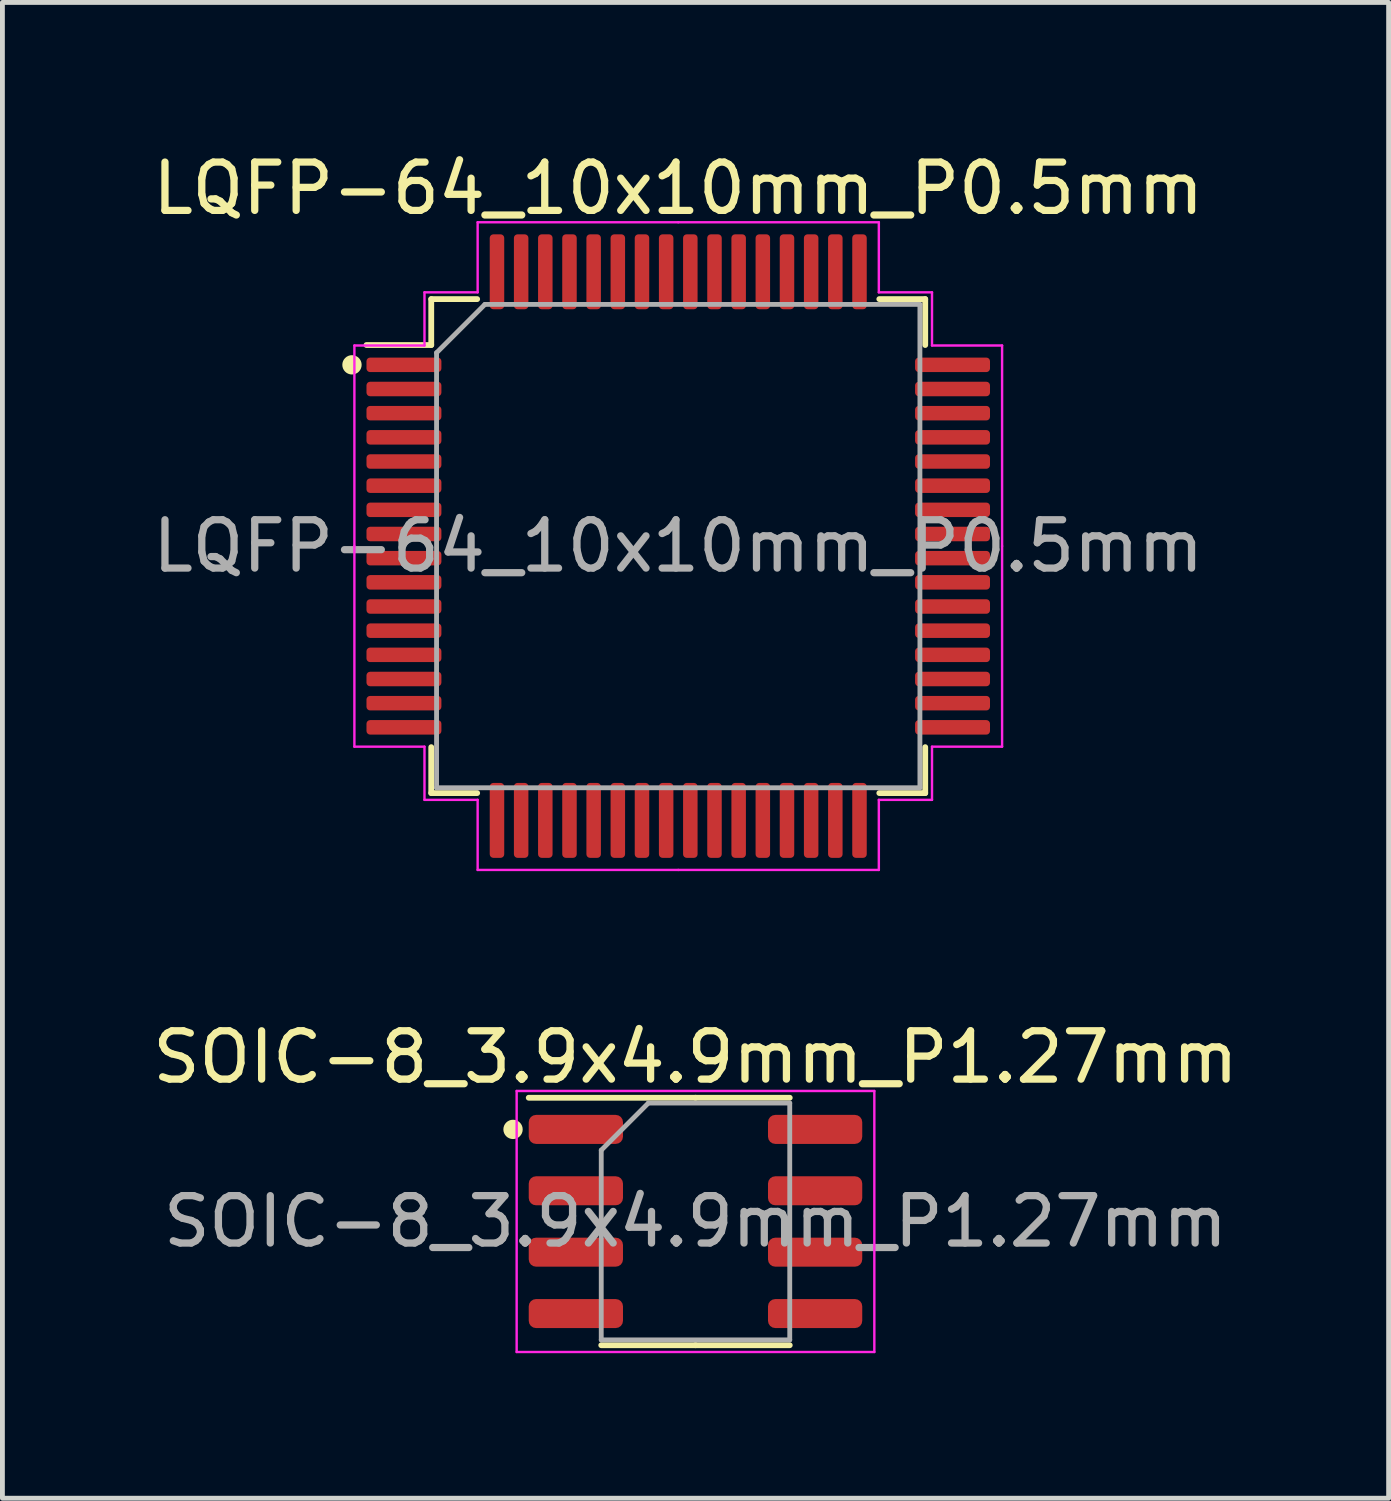
<source format=kicad_pcb>
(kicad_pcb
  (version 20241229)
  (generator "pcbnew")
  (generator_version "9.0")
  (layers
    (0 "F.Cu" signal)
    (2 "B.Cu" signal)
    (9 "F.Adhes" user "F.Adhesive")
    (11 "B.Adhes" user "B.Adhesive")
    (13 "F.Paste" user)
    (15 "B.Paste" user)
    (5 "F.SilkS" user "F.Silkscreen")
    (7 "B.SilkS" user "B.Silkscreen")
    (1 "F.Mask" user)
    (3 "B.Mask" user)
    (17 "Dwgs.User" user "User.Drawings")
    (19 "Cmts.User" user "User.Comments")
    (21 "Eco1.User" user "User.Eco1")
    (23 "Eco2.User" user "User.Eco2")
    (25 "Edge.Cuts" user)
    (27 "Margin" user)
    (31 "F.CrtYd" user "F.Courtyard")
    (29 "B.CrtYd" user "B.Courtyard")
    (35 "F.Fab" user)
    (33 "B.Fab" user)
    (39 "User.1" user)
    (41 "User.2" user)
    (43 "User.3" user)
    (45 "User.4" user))
  (footprint "LQFP-64_10x10mm_P0.5mm"
    (layer "F.Cu")
    (at 10.982 8.248)
    (property "Reference" "LQFP-64_10x10mm_P0.5mm" (at 0 -7.4 0) (layer "F.SilkS") (effects (font (size 1 1) (thickness 0.15))))
    (attr smd)
    (fp_line (start -5.11 -5.11) (end -5.11 -4.16) (stroke (width 0.12) (type solid)) (layer "F.SilkS"))
    (fp_line (start -5.11 -4.16) (end -6.45 -4.16) (stroke (width 0.12) (type solid)) (layer "F.SilkS"))
    (fp_line (start -5.11 5.11) (end -5.11 4.16) (stroke (width 0.12) (type solid)) (layer "F.SilkS"))
    (fp_line (start -4.16 -5.11) (end -5.11 -5.11) (stroke (width 0.12) (type solid)) (layer "F.SilkS"))
    (fp_line (start -4.16 5.11) (end -5.11 5.11) (stroke (width 0.12) (type solid)) (layer "F.SilkS"))
    (fp_line (start 4.16 -5.11) (end 5.11 -5.11) (stroke (width 0.12) (type solid)) (layer "F.SilkS"))
    (fp_line (start 4.16 5.11) (end 5.11 5.11) (stroke (width 0.12) (type solid)) (layer "F.SilkS"))
    (fp_line (start 5.11 -5.11) (end 5.11 -4.16) (stroke (width 0.12) (type solid)) (layer "F.SilkS"))
    (fp_line (start 5.11 5.11) (end 5.11 4.16) (stroke (width 0.12) (type solid)) (layer "F.SilkS"))
    (fp_circle (center -6.75 -3.75) (end -6.65 -3.75) (stroke (width 0.2) (type solid)) (fill no) (layer "F.SilkS"))
    (fp_line (start -6.7 -4.15) (end -6.7 0) (stroke (width 0.05) (type solid)) (layer "F.CrtYd"))
    (fp_line (start -6.7 4.15) (end -6.7 0) (stroke (width 0.05) (type solid)) (layer "F.CrtYd"))
    (fp_line (start -5.25 -5.25) (end -5.25 -4.15) (stroke (width 0.05) (type solid)) (layer "F.CrtYd"))
    (fp_line (start -5.25 -4.15) (end -6.7 -4.15) (stroke (width 0.05) (type solid)) (layer "F.CrtYd"))
    (fp_line (start -5.25 4.15) (end -6.7 4.15) (stroke (width 0.05) (type solid)) (layer "F.CrtYd"))
    (fp_line (start -5.25 5.25) (end -5.25 4.15) (stroke (width 0.05) (type solid)) (layer "F.CrtYd"))
    (fp_line (start -4.15 -6.7) (end -4.15 -5.25) (stroke (width 0.05) (type solid)) (layer "F.CrtYd"))
    (fp_line (start -4.15 -5.25) (end -5.25 -5.25) (stroke (width 0.05) (type solid)) (layer "F.CrtYd"))
    (fp_line (start -4.15 5.25) (end -5.25 5.25) (stroke (width 0.05) (type solid)) (layer "F.CrtYd"))
    (fp_line (start -4.15 6.7) (end -4.15 5.25) (stroke (width 0.05) (type solid)) (layer "F.CrtYd"))
    (fp_line (start 0 -6.7) (end -4.15 -6.7) (stroke (width 0.05) (type solid)) (layer "F.CrtYd"))
    (fp_line (start 0 -6.7) (end 4.15 -6.7) (stroke (width 0.05) (type solid)) (layer "F.CrtYd"))
    (fp_line (start 0 6.7) (end -4.15 6.7) (stroke (width 0.05) (type solid)) (layer "F.CrtYd"))
    (fp_line (start 0 6.7) (end 4.15 6.7) (stroke (width 0.05) (type solid)) (layer "F.CrtYd"))
    (fp_line (start 4.15 -6.7) (end 4.15 -5.25) (stroke (width 0.05) (type solid)) (layer "F.CrtYd"))
    (fp_line (start 4.15 -5.25) (end 5.25 -5.25) (stroke (width 0.05) (type solid)) (layer "F.CrtYd"))
    (fp_line (start 4.15 5.25) (end 5.25 5.25) (stroke (width 0.05) (type solid)) (layer "F.CrtYd"))
    (fp_line (start 4.15 6.7) (end 4.15 5.25) (stroke (width 0.05) (type solid)) (layer "F.CrtYd"))
    (fp_line (start 5.25 -5.25) (end 5.25 -4.15) (stroke (width 0.05) (type solid)) (layer "F.CrtYd"))
    (fp_line (start 5.25 -4.15) (end 6.7 -4.15) (stroke (width 0.05) (type solid)) (layer "F.CrtYd"))
    (fp_line (start 5.25 4.15) (end 6.7 4.15) (stroke (width 0.05) (type solid)) (layer "F.CrtYd"))
    (fp_line (start 5.25 5.25) (end 5.25 4.15) (stroke (width 0.05) (type solid)) (layer "F.CrtYd"))
    (fp_line (start 6.7 -4.15) (end 6.7 0) (stroke (width 0.05) (type solid)) (layer "F.CrtYd"))
    (fp_line (start 6.7 4.15) (end 6.7 0) (stroke (width 0.05) (type solid)) (layer "F.CrtYd"))
    (fp_line (start -5 -4) (end -4 -5) (stroke (width 0.1) (type solid)) (layer "F.Fab"))
    (fp_line (start -5 5) (end -5 -4) (stroke (width 0.1) (type solid)) (layer "F.Fab"))
    (fp_line (start -4 -5) (end 5 -5) (stroke (width 0.1) (type solid)) (layer "F.Fab"))
    (fp_line (start 5 -5) (end 5 5) (stroke (width 0.1) (type solid)) (layer "F.Fab"))
    (fp_line (start 5 5) (end -5 5) (stroke (width 0.1) (type solid)) (layer "F.Fab"))
    (fp_text user "${REFERENCE}" (at 0 0 0) (layer "F.Fab") (effects (font (size 1 1) (thickness 0.15))))
    (pad "1" smd roundrect (at -5.675 -3.75) (size 1.55 0.3) (layers "F.Cu" "F.Mask" "F.Paste") (roundrect_rratio 0.25))
    (pad "2" smd roundrect (at -5.675 -3.25) (size 1.55 0.3) (layers "F.Cu" "F.Mask" "F.Paste") (roundrect_rratio 0.25))
    (pad "3" smd roundrect (at -5.675 -2.75) (size 1.55 0.3) (layers "F.Cu" "F.Mask" "F.Paste") (roundrect_rratio 0.25))
    (pad "4" smd roundrect (at -5.675 -2.25) (size 1.55 0.3) (layers "F.Cu" "F.Mask" "F.Paste") (roundrect_rratio 0.25))
    (pad "5" smd roundrect (at -5.675 -1.75) (size 1.55 0.3) (layers "F.Cu" "F.Mask" "F.Paste") (roundrect_rratio 0.25))
    (pad "6" smd roundrect (at -5.675 -1.25) (size 1.55 0.3) (layers "F.Cu" "F.Mask" "F.Paste") (roundrect_rratio 0.25))
    (pad "7" smd roundrect (at -5.675 -0.75) (size 1.55 0.3) (layers "F.Cu" "F.Mask" "F.Paste") (roundrect_rratio 0.25))
    (pad "8" smd roundrect (at -5.675 -0.25) (size 1.55 0.3) (layers "F.Cu" "F.Mask" "F.Paste") (roundrect_rratio 0.25))
    (pad "9" smd roundrect (at -5.675 0.25) (size 1.55 0.3) (layers "F.Cu" "F.Mask" "F.Paste") (roundrect_rratio 0.25))
    (pad "10" smd roundrect (at -5.675 0.75) (size 1.55 0.3) (layers "F.Cu" "F.Mask" "F.Paste") (roundrect_rratio 0.25))
    (pad "11" smd roundrect (at -5.675 1.25) (size 1.55 0.3) (layers "F.Cu" "F.Mask" "F.Paste") (roundrect_rratio 0.25))
    (pad "12" smd roundrect (at -5.675 1.75) (size 1.55 0.3) (layers "F.Cu" "F.Mask" "F.Paste") (roundrect_rratio 0.25))
    (pad "13" smd roundrect (at -5.675 2.25) (size 1.55 0.3) (layers "F.Cu" "F.Mask" "F.Paste") (roundrect_rratio 0.25))
    (pad "14" smd roundrect (at -5.675 2.75) (size 1.55 0.3) (layers "F.Cu" "F.Mask" "F.Paste") (roundrect_rratio 0.25))
    (pad "15" smd roundrect (at -5.675 3.25) (size 1.55 0.3) (layers "F.Cu" "F.Mask" "F.Paste") (roundrect_rratio 0.25))
    (pad "16" smd roundrect (at -5.675 3.75) (size 1.55 0.3) (layers "F.Cu" "F.Mask" "F.Paste") (roundrect_rratio 0.25))
    (pad "17" smd roundrect (at -3.75 5.675) (size 0.3 1.55) (layers "F.Cu" "F.Mask" "F.Paste") (roundrect_rratio 0.25))
    (pad "18" smd roundrect (at -3.25 5.675) (size 0.3 1.55) (layers "F.Cu" "F.Mask" "F.Paste") (roundrect_rratio 0.25))
    (pad "19" smd roundrect (at -2.75 5.675) (size 0.3 1.55) (layers "F.Cu" "F.Mask" "F.Paste") (roundrect_rratio 0.25))
    (pad "20" smd roundrect (at -2.25 5.675) (size 0.3 1.55) (layers "F.Cu" "F.Mask" "F.Paste") (roundrect_rratio 0.25))
    (pad "21" smd roundrect (at -1.75 5.675) (size 0.3 1.55) (layers "F.Cu" "F.Mask" "F.Paste") (roundrect_rratio 0.25))
    (pad "22" smd roundrect (at -1.25 5.675) (size 0.3 1.55) (layers "F.Cu" "F.Mask" "F.Paste") (roundrect_rratio 0.25))
    (pad "23" smd roundrect (at -0.75 5.675) (size 0.3 1.55) (layers "F.Cu" "F.Mask" "F.Paste") (roundrect_rratio 0.25))
    (pad "24" smd roundrect (at -0.25 5.675) (size 0.3 1.55) (layers "F.Cu" "F.Mask" "F.Paste") (roundrect_rratio 0.25))
    (pad "25" smd roundrect (at 0.25 5.675) (size 0.3 1.55) (layers "F.Cu" "F.Mask" "F.Paste") (roundrect_rratio 0.25))
    (pad "26" smd roundrect (at 0.75 5.675) (size 0.3 1.55) (layers "F.Cu" "F.Mask" "F.Paste") (roundrect_rratio 0.25))
    (pad "27" smd roundrect (at 1.25 5.675) (size 0.3 1.55) (layers "F.Cu" "F.Mask" "F.Paste") (roundrect_rratio 0.25))
    (pad "28" smd roundrect (at 1.75 5.675) (size 0.3 1.55) (layers "F.Cu" "F.Mask" "F.Paste") (roundrect_rratio 0.25))
    (pad "29" smd roundrect (at 2.25 5.675) (size 0.3 1.55) (layers "F.Cu" "F.Mask" "F.Paste") (roundrect_rratio 0.25))
    (pad "30" smd roundrect (at 2.75 5.675) (size 0.3 1.55) (layers "F.Cu" "F.Mask" "F.Paste") (roundrect_rratio 0.25))
    (pad "31" smd roundrect (at 3.25 5.675) (size 0.3 1.55) (layers "F.Cu" "F.Mask" "F.Paste") (roundrect_rratio 0.25))
    (pad "32" smd roundrect (at 3.75 5.675) (size 0.3 1.55) (layers "F.Cu" "F.Mask" "F.Paste") (roundrect_rratio 0.25))
    (pad "33" smd roundrect (at 5.675 3.75) (size 1.55 0.3) (layers "F.Cu" "F.Mask" "F.Paste") (roundrect_rratio 0.25))
    (pad "34" smd roundrect (at 5.675 3.25) (size 1.55 0.3) (layers "F.Cu" "F.Mask" "F.Paste") (roundrect_rratio 0.25))
    (pad "35" smd roundrect (at 5.675 2.75) (size 1.55 0.3) (layers "F.Cu" "F.Mask" "F.Paste") (roundrect_rratio 0.25))
    (pad "36" smd roundrect (at 5.675 2.25) (size 1.55 0.3) (layers "F.Cu" "F.Mask" "F.Paste") (roundrect_rratio 0.25))
    (pad "37" smd roundrect (at 5.675 1.75) (size 1.55 0.3) (layers "F.Cu" "F.Mask" "F.Paste") (roundrect_rratio 0.25))
    (pad "38" smd roundrect (at 5.675 1.25) (size 1.55 0.3) (layers "F.Cu" "F.Mask" "F.Paste") (roundrect_rratio 0.25))
    (pad "39" smd roundrect (at 5.675 0.75) (size 1.55 0.3) (layers "F.Cu" "F.Mask" "F.Paste") (roundrect_rratio 0.25))
    (pad "40" smd roundrect (at 5.675 0.25) (size 1.55 0.3) (layers "F.Cu" "F.Mask" "F.Paste") (roundrect_rratio 0.25))
    (pad "41" smd roundrect (at 5.675 -0.25) (size 1.55 0.3) (layers "F.Cu" "F.Mask" "F.Paste") (roundrect_rratio 0.25))
    (pad "42" smd roundrect (at 5.675 -0.75) (size 1.55 0.3) (layers "F.Cu" "F.Mask" "F.Paste") (roundrect_rratio 0.25))
    (pad "43" smd roundrect (at 5.675 -1.25) (size 1.55 0.3) (layers "F.Cu" "F.Mask" "F.Paste") (roundrect_rratio 0.25))
    (pad "44" smd roundrect (at 5.675 -1.75) (size 1.55 0.3) (layers "F.Cu" "F.Mask" "F.Paste") (roundrect_rratio 0.25))
    (pad "45" smd roundrect (at 5.675 -2.25) (size 1.55 0.3) (layers "F.Cu" "F.Mask" "F.Paste") (roundrect_rratio 0.25))
    (pad "46" smd roundrect (at 5.675 -2.75) (size 1.55 0.3) (layers "F.Cu" "F.Mask" "F.Paste") (roundrect_rratio 0.25))
    (pad "47" smd roundrect (at 5.675 -3.25) (size 1.55 0.3) (layers "F.Cu" "F.Mask" "F.Paste") (roundrect_rratio 0.25))
    (pad "48" smd roundrect (at 5.675 -3.75) (size 1.55 0.3) (layers "F.Cu" "F.Mask" "F.Paste") (roundrect_rratio 0.25))
    (pad "49" smd roundrect (at 3.75 -5.675) (size 0.3 1.55) (layers "F.Cu" "F.Mask" "F.Paste") (roundrect_rratio 0.25))
    (pad "50" smd roundrect (at 3.25 -5.675) (size 0.3 1.55) (layers "F.Cu" "F.Mask" "F.Paste") (roundrect_rratio 0.25))
    (pad "51" smd roundrect (at 2.75 -5.675) (size 0.3 1.55) (layers "F.Cu" "F.Mask" "F.Paste") (roundrect_rratio 0.25))
    (pad "52" smd roundrect (at 2.25 -5.675) (size 0.3 1.55) (layers "F.Cu" "F.Mask" "F.Paste") (roundrect_rratio 0.25))
    (pad "53" smd roundrect (at 1.75 -5.675) (size 0.3 1.55) (layers "F.Cu" "F.Mask" "F.Paste") (roundrect_rratio 0.25))
    (pad "54" smd roundrect (at 1.25 -5.675) (size 0.3 1.55) (layers "F.Cu" "F.Mask" "F.Paste") (roundrect_rratio 0.25))
    (pad "55" smd roundrect (at 0.75 -5.675) (size 0.3 1.55) (layers "F.Cu" "F.Mask" "F.Paste") (roundrect_rratio 0.25))
    (pad "56" smd roundrect (at 0.25 -5.675) (size 0.3 1.55) (layers "F.Cu" "F.Mask" "F.Paste") (roundrect_rratio 0.25))
    (pad "57" smd roundrect (at -0.25 -5.675) (size 0.3 1.55) (layers "F.Cu" "F.Mask" "F.Paste") (roundrect_rratio 0.25))
    (pad "58" smd roundrect (at -0.75 -5.675) (size 0.3 1.55) (layers "F.Cu" "F.Mask" "F.Paste") (roundrect_rratio 0.25))
    (pad "59" smd roundrect (at -1.25 -5.675) (size 0.3 1.55) (layers "F.Cu" "F.Mask" "F.Paste") (roundrect_rratio 0.25))
    (pad "60" smd roundrect (at -1.75 -5.675) (size 0.3 1.55) (layers "F.Cu" "F.Mask" "F.Paste") (roundrect_rratio 0.25))
    (pad "61" smd roundrect (at -2.25 -5.675) (size 0.3 1.55) (layers "F.Cu" "F.Mask" "F.Paste") (roundrect_rratio 0.25))
    (pad "62" smd roundrect (at -2.75 -5.675) (size 0.3 1.55) (layers "F.Cu" "F.Mask" "F.Paste") (roundrect_rratio 0.25))
    (pad "63" smd roundrect (at -3.25 -5.675) (size 0.3 1.55) (layers "F.Cu" "F.Mask" "F.Paste") (roundrect_rratio 0.25))
    (pad "64" smd roundrect (at -3.75 -5.675) (size 0.3 1.55) (layers "F.Cu" "F.Mask" "F.Paste") (roundrect_rratio 0.25)))
  (footprint "SOIC-8_3.9x4.9mm_P1.27mm"
    (layer "F.Cu")
    (at 11.339 22.221)
    (property "Reference" "SOIC-8_3.9x4.9mm_P1.27mm" (at 0 -3.4 0) (layer "F.SilkS") (effects (font (size 1 1) (thickness 0.15))))
    (attr smd)
    (fp_line (start 0 -2.56) (end -3.45 -2.56) (stroke (width 0.12) (type solid)) (layer "F.SilkS"))
    (fp_line (start 0 -2.56) (end 1.95 -2.56) (stroke (width 0.12) (type solid)) (layer "F.SilkS"))
    (fp_line (start 0 2.56) (end -1.95 2.56) (stroke (width 0.12) (type solid)) (layer "F.SilkS"))
    (fp_line (start 0 2.56) (end 1.95 2.56) (stroke (width 0.12) (type solid)) (layer "F.SilkS"))
    (fp_circle (center -3.775 -1.905) (end -3.675 -1.905) (stroke (width 0.2) (type solid)) (fill no) (layer "F.SilkS"))
    (fp_line (start -3.7 -2.7) (end -3.7 2.7) (stroke (width 0.05) (type solid)) (layer "F.CrtYd"))
    (fp_line (start -3.7 2.7) (end 3.7 2.7) (stroke (width 0.05) (type solid)) (layer "F.CrtYd"))
    (fp_line (start 3.7 -2.7) (end -3.7 -2.7) (stroke (width 0.05) (type solid)) (layer "F.CrtYd"))
    (fp_line (start 3.7 2.7) (end 3.7 -2.7) (stroke (width 0.05) (type solid)) (layer "F.CrtYd"))
    (fp_line (start -1.95 -1.475) (end -0.975 -2.45) (stroke (width 0.1) (type solid)) (layer "F.Fab"))
    (fp_line (start -1.95 2.45) (end -1.95 -1.475) (stroke (width 0.1) (type solid)) (layer "F.Fab"))
    (fp_line (start -0.975 -2.45) (end 1.95 -2.45) (stroke (width 0.1) (type solid)) (layer "F.Fab"))
    (fp_line (start 1.95 -2.45) (end 1.95 2.45) (stroke (width 0.1) (type solid)) (layer "F.Fab"))
    (fp_line (start 1.95 2.45) (end -1.95 2.45) (stroke (width 0.1) (type solid)) (layer "F.Fab"))
    (fp_text user "${REFERENCE}" (at 0 0 0) (layer "F.Fab") (effects (font (size 0.98 0.98) (thickness 0.15))))
    (pad "1" smd roundrect (at -2.475 -1.905) (size 1.95 0.6) (layers "F.Cu" "F.Mask" "F.Paste") (roundrect_rratio 0.25))
    (pad "2" smd roundrect (at -2.475 -0.635) (size 1.95 0.6) (layers "F.Cu" "F.Mask" "F.Paste") (roundrect_rratio 0.25))
    (pad "3" smd roundrect (at -2.475 0.635) (size 1.95 0.6) (layers "F.Cu" "F.Mask" "F.Paste") (roundrect_rratio 0.25))
    (pad "4" smd roundrect (at -2.475 1.905) (size 1.95 0.6) (layers "F.Cu" "F.Mask" "F.Paste") (roundrect_rratio 0.25))
    (pad "5" smd roundrect (at 2.475 1.905) (size 1.95 0.6) (layers "F.Cu" "F.Mask" "F.Paste") (roundrect_rratio 0.25))
    (pad "6" smd roundrect (at 2.475 0.635) (size 1.95 0.6) (layers "F.Cu" "F.Mask" "F.Paste") (roundrect_rratio 0.25))
    (pad "7" smd roundrect (at 2.475 -0.635) (size 1.95 0.6) (layers "F.Cu" "F.Mask" "F.Paste") (roundrect_rratio 0.25))
    (pad "8" smd roundrect (at 2.475 -1.905) (size 1.95 0.6) (layers "F.Cu" "F.Mask" "F.Paste") (roundrect_rratio 0.25)))
  (gr_rect
    (start -3 -3)
    (end 25.679 27.947)
    (stroke (width 0.1) (type default))
    (fill no)
    (layer "Edge.Cuts")))
</source>
